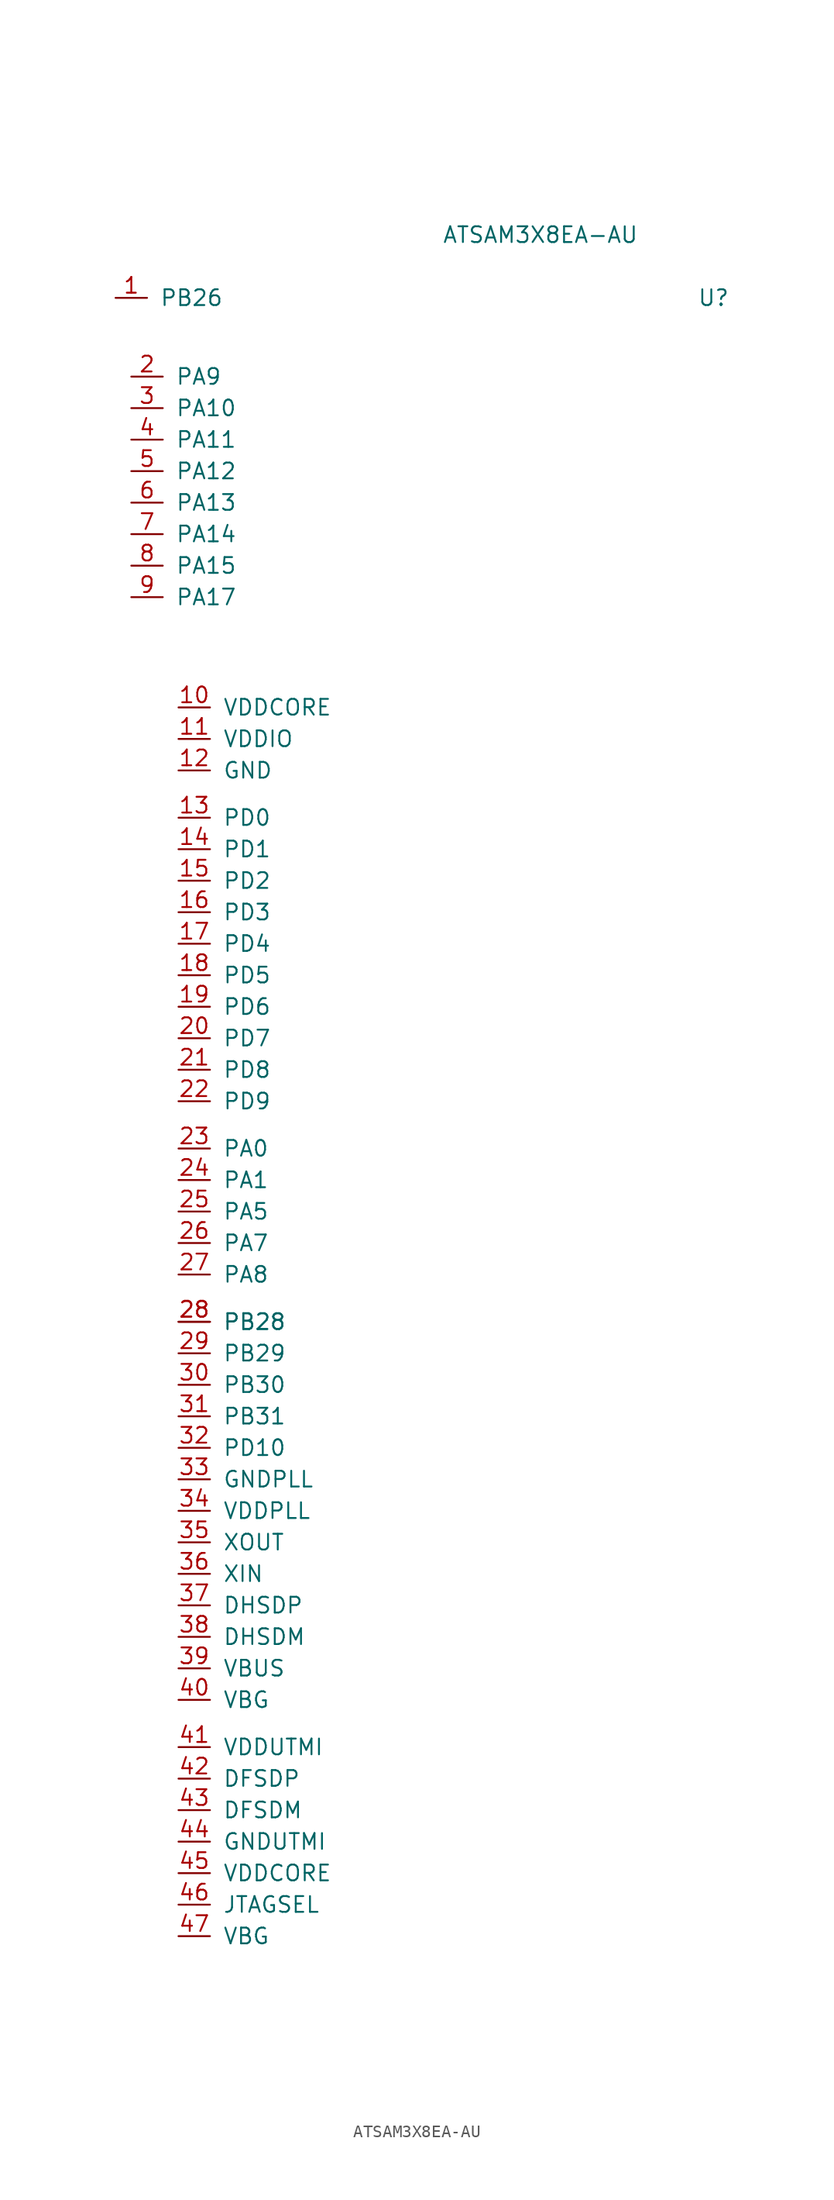
<source format=kicad_sym>
(kicad_symbol_lib
  (version 20211014)
  (generator kicad_symbol_editor)
  (symbol "ATSAM3X8EA-AU"
    (pin_names
      (offset 1.016))
    (property "Reference" "U"
      (at 11.43 17.78 0)
      (effects (font (size 1.27 1.27))))
    (property "Value" "ATSAM3X8EA-AU"
      (at -2.54 22.86 0)
      (effects (font (size 1.27 1.27))))
    (symbol "ATSAM3X8EA-AU_1_1"
      (pin input line (at -36.83 17.78 0) (length 2.54) (name "PB26" (effects (font (size 1.27 1.27)))) (number "1" (effects (font (size 1.27 1.27)))))
      (pin power_in line (at -31.75 -15.24 0) (length 2.54) (name "VDDCORE" (effects (font (size 1.27 1.27)))) (number "10" (effects (font (size 1.27 1.27)))))
      (pin power_in line (at -31.75 -17.78 0) (length 2.54) (name "VDDIO" (effects (font (size 1.27 1.27)))) (number "11" (effects (font (size 1.27 1.27)))))
      (pin power_in line (at -31.75 -20.32 0) (length 2.54) (name "GND" (effects (font (size 1.27 1.27)))) (number "12" (effects (font (size 1.27 1.27)))))
      (pin input line (at -31.75 -24.13 0) (length 2.54) (name "PD0" (effects (font (size 1.27 1.27)))) (number "13" (effects (font (size 1.27 1.27)))))
      (pin input line (at -31.75 -26.67 0) (length 2.54) (name "PD1" (effects (font (size 1.27 1.27)))) (number "14" (effects (font (size 1.27 1.27)))))
      (pin input line (at -31.75 -29.21 0) (length 2.54) (name "PD2" (effects (font (size 1.27 1.27)))) (number "15" (effects (font (size 1.27 1.27)))))
      (pin input line (at -31.75 -31.75 0) (length 2.54) (name "PD3" (effects (font (size 1.27 1.27)))) (number "16" (effects (font (size 1.27 1.27)))))
      (pin input line (at -31.75 -34.29 0) (length 2.54) (name "PD4" (effects (font (size 1.27 1.27)))) (number "17" (effects (font (size 1.27 1.27)))))
      (pin input line (at -31.75 -36.83 0) (length 2.54) (name "PD5" (effects (font (size 1.27 1.27)))) (number "18" (effects (font (size 1.27 1.27)))))
      (pin input line (at -31.75 -39.37 0) (length 2.54) (name "PD6" (effects (font (size 1.27 1.27)))) (number "19" (effects (font (size 1.27 1.27)))))
      (pin input line (at -35.56 11.43 0) (length 2.54) (name "PA9" (effects (font (size 1.27 1.27)))) (number "2" (effects (font (size 1.27 1.27)))))
      (pin input line (at -31.75 -41.91 0) (length 2.54) (name "PD7" (effects (font (size 1.27 1.27)))) (number "20" (effects (font (size 1.27 1.27)))))
      (pin input line (at -31.75 -44.45 0) (length 2.54) (name "PD8" (effects (font (size 1.27 1.27)))) (number "21" (effects (font (size 1.27 1.27)))))
      (pin input line (at -31.75 -46.99 0) (length 2.54) (name "PD9" (effects (font (size 1.27 1.27)))) (number "22" (effects (font (size 1.27 1.27)))))
      (pin input line (at -31.75 -50.8 0) (length 2.54) (name "PA0" (effects (font (size 1.27 1.27)))) (number "23" (effects (font (size 1.27 1.27)))))
      (pin input line (at -31.75 -53.34 0) (length 2.54) (name "PA1" (effects (font (size 1.27 1.27)))) (number "24" (effects (font (size 1.27 1.27)))))
      (pin input line (at -31.75 -55.88 0) (length 2.54) (name "PA5" (effects (font (size 1.27 1.27)))) (number "25" (effects (font (size 1.27 1.27)))))
      (pin input line (at -31.75 -58.42 0) (length 2.54) (name "PA7" (effects (font (size 1.27 1.27)))) (number "26" (effects (font (size 1.27 1.27)))))
      (pin input line (at -31.75 -60.96 0) (length 2.54) (name "PA8" (effects (font (size 1.27 1.27)))) (number "27" (effects (font (size 1.27 1.27)))))
      (pin input line (at -31.75 -64.77 0) (length 2.54) (name "PB28" (effects (font (size 1.27 1.27)))) (number "28" (effects (font (size 1.27 1.27)))))
      (pin input line (at -31.75 -64.77 0) (length 2.54) (name "PB28" (effects (font (size 1.27 1.27)))) (number "28" (effects (font (size 1.27 1.27)))))
      (pin input line (at -31.75 -67.31 0) (length 2.54) (name "PB29" (effects (font (size 1.27 1.27)))) (number "29" (effects (font (size 1.27 1.27)))))
      (pin input line (at -35.56 8.89 0) (length 2.54) (name "PA10" (effects (font (size 1.27 1.27)))) (number "3" (effects (font (size 1.27 1.27)))))
      (pin input line (at -31.75 -69.85 0) (length 2.54) (name "PB30" (effects (font (size 1.27 1.27)))) (number "30" (effects (font (size 1.27 1.27)))))
      (pin input line (at -31.75 -72.39 0) (length 2.54) (name "PB31" (effects (font (size 1.27 1.27)))) (number "31" (effects (font (size 1.27 1.27)))))
      (pin input line (at -31.75 -74.93 0) (length 2.54) (name "PD10" (effects (font (size 1.27 1.27)))) (number "32" (effects (font (size 1.27 1.27)))))
      (pin input line (at -31.75 -77.47 0) (length 2.54) (name "GNDPLL" (effects (font (size 1.27 1.27)))) (number "33" (effects (font (size 1.27 1.27)))))
      (pin input line (at -31.75 -80.01 0) (length 2.54) (name "VDDPLL" (effects (font (size 1.27 1.27)))) (number "34" (effects (font (size 1.27 1.27)))))
      (pin input line (at -31.75 -82.55 0) (length 2.54) (name "XOUT" (effects (font (size 1.27 1.27)))) (number "35" (effects (font (size 1.27 1.27)))))
      (pin input line (at -31.75 -85.09 0) (length 2.54) (name "XIN" (effects (font (size 1.27 1.27)))) (number "36" (effects (font (size 1.27 1.27)))))
      (pin input line (at -31.75 -87.63 0) (length 2.54) (name "DHSDP" (effects (font (size 1.27 1.27)))) (number "37" (effects (font (size 1.27 1.27)))))
      (pin input line (at -31.75 -90.17 0) (length 2.54) (name "DHSDM" (effects (font (size 1.27 1.27)))) (number "38" (effects (font (size 1.27 1.27)))))
      (pin input line (at -31.75 -92.71 0) (length 2.54) (name "VBUS" (effects (font (size 1.27 1.27)))) (number "39" (effects (font (size 1.27 1.27)))))
      (pin input line (at -35.56 6.35 0) (length 2.54) (name "PA11" (effects (font (size 1.27 1.27)))) (number "4" (effects (font (size 1.27 1.27)))))
      (pin input line (at -31.75 -95.25 0) (length 2.54) (name "VBG" (effects (font (size 1.27 1.27)))) (number "40" (effects (font (size 1.27 1.27)))))
      (pin input line (at -31.75 -99.06 0) (length 2.54) (name "VDDUTMI" (effects (font (size 1.27 1.27)))) (number "41" (effects (font (size 1.27 1.27)))))
      (pin input line (at -31.75 -101.6 0) (length 2.54) (name "DFSDP" (effects (font (size 1.27 1.27)))) (number "42" (effects (font (size 1.27 1.27)))))
      (pin input line (at -31.75 -104.14 0) (length 2.54) (name "DFSDM" (effects (font (size 1.27 1.27)))) (number "43" (effects (font (size 1.27 1.27)))))
      (pin input line (at -31.75 -106.68 0) (length 2.54) (name "GNDUTMI" (effects (font (size 1.27 1.27)))) (number "44" (effects (font (size 1.27 1.27)))))
      (pin input line (at -31.75 -109.22 0) (length 2.54) (name "VDDCORE" (effects (font (size 1.27 1.27)))) (number "45" (effects (font (size 1.27 1.27)))))
      (pin input line (at -31.75 -111.76 0) (length 2.54) (name "JTAGSEL" (effects (font (size 1.27 1.27)))) (number "46" (effects (font (size 1.27 1.27)))))
      (pin input line (at -31.75 -114.3 0) (length 2.54) (name "VBG" (effects (font (size 1.27 1.27)))) (number "47" (effects (font (size 1.27 1.27)))))
      (pin input line (at -35.56 3.81 0) (length 2.54) (name "PA12" (effects (font (size 1.27 1.27)))) (number "5" (effects (font (size 1.27 1.27)))))
      (pin input line (at -35.56 1.27 0) (length 2.54) (name "PA13" (effects (font (size 1.27 1.27)))) (number "6" (effects (font (size 1.27 1.27)))))
      (pin input line (at -35.56 -1.27 0) (length 2.54) (name "PA14" (effects (font (size 1.27 1.27)))) (number "7" (effects (font (size 1.27 1.27)))))
      (pin input line (at -35.56 -3.81 0) (length 2.54) (name "PA15" (effects (font (size 1.27 1.27)))) (number "8" (effects (font (size 1.27 1.27)))))
      (pin input line (at -35.56 -6.35 0) (length 2.54) (name "PA17" (effects (font (size 1.27 1.27)))) (number "9" (effects (font (size 1.27 1.27))))))))
</source>
